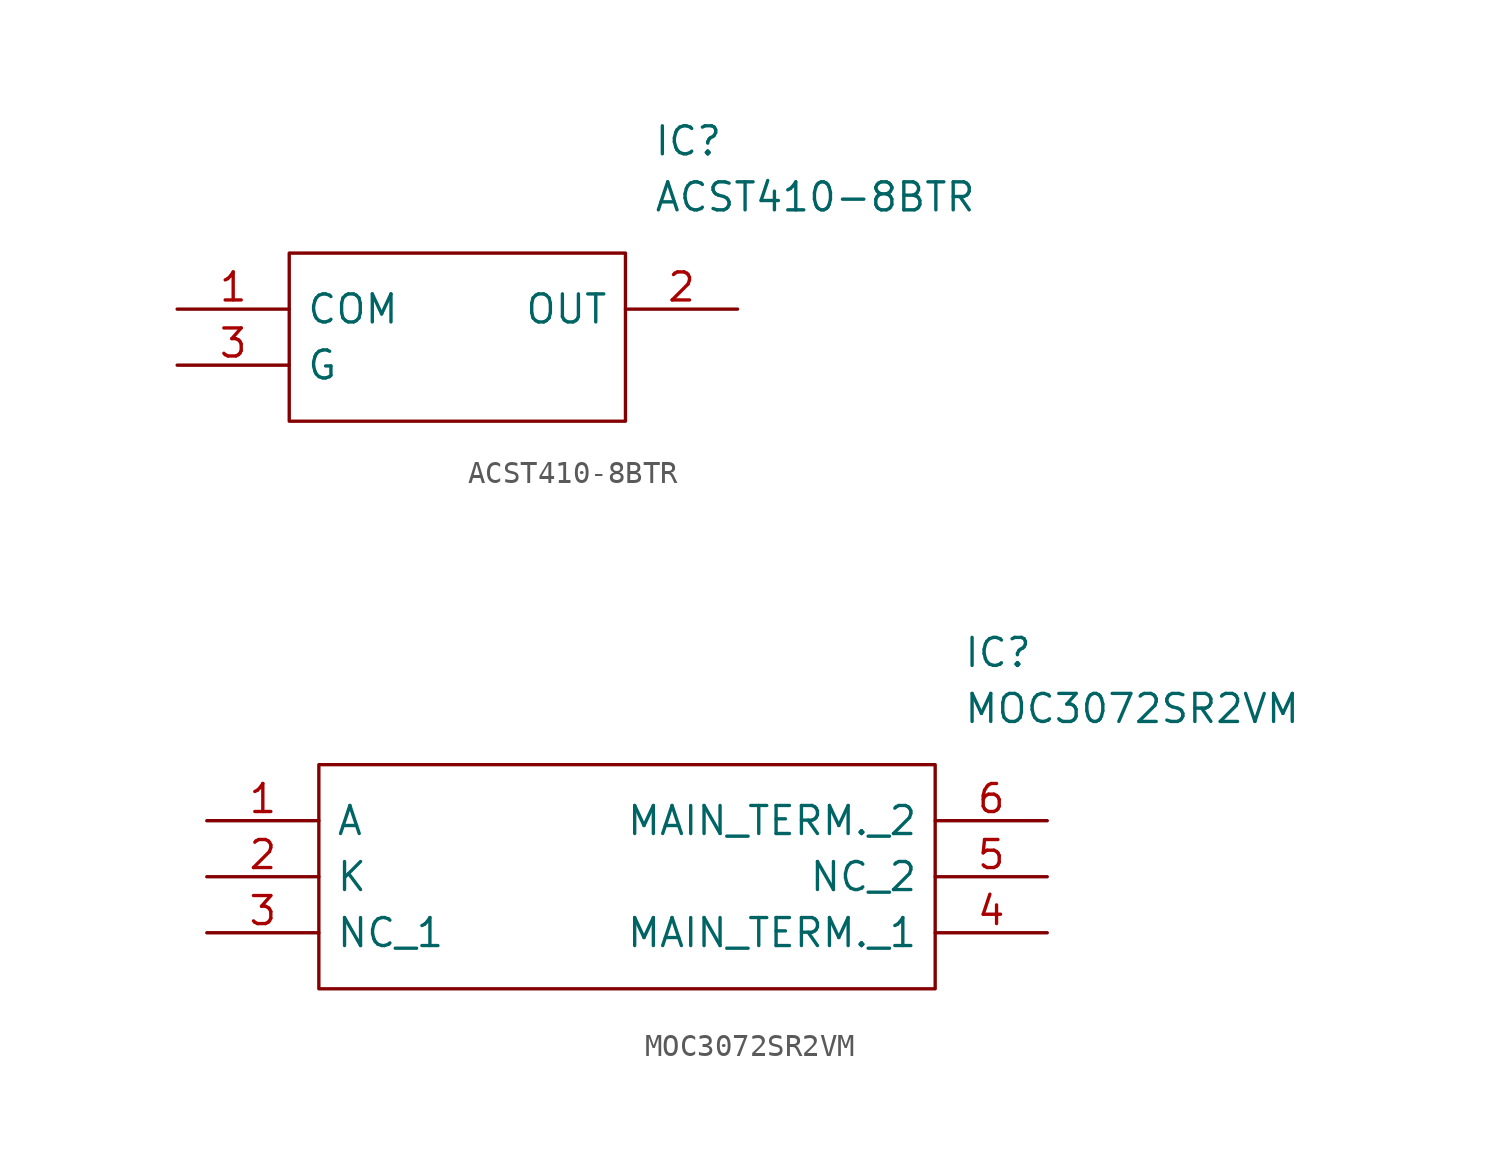
<source format=kicad_sym>
(kicad_symbol_lib
  (version 20211014)
  (generator kicad_symbol_editor)
  (symbol "ACST410-8BTR"
    (pin_names
      (offset 0.762))
    (property "Reference" "IC"
      (at 21.59 7.62 0)
      (effects (font (size 1.27 1.27)) (justify left)))
    (property "Value" "ACST410-8BTR"
      (at 21.59 5.08 0)
      (effects (font (size 1.27 1.27)) (justify left)))
    (symbol "ACST410-8BTR_0_0"
      (pin passive line (at 0 0 0) (length 5.08) (name "COM" (effects (font (size 1.27 1.27)))) (number "1" (effects (font (size 1.27 1.27)))))
      (pin passive line (at 25.4 0 180) (length 5.08) (name "OUT" (effects (font (size 1.27 1.27)))) (number "2" (effects (font (size 1.27 1.27)))))
      (pin passive line (at 0 -2.54 0) (length 5.08) (name "G" (effects (font (size 1.27 1.27)))) (number "3" (effects (font (size 1.27 1.27))))))
    (symbol "ACST410-8BTR_0_1"
      (polyline (pts (xy 5.08 2.54) (xy 20.32 2.54) (xy 20.32 -5.08) (xy 5.08 -5.08) (xy 5.08 2.54)) (stroke (width 0.152) (type default) (color 0 0 0 0)) (fill (type none)))))
  (symbol "MOC3072SR2VM"
    (pin_names
      (offset 0.762))
    (property "Reference" "IC"
      (at 34.29 7.62 0)
      (effects (font (size 1.27 1.27)) (justify left)))
    (property "Value" "MOC3072SR2VM"
      (at 34.29 5.08 0)
      (effects (font (size 1.27 1.27)) (justify left)))
    (symbol "MOC3072SR2VM_0_0"
      (pin passive line (at 0 0 0) (length 5.08) (name "A" (effects (font (size 1.27 1.27)))) (number "1" (effects (font (size 1.27 1.27)))))
      (pin passive line (at 0 -2.54 0) (length 5.08) (name "K" (effects (font (size 1.27 1.27)))) (number "2" (effects (font (size 1.27 1.27)))))
      (pin passive line (at 0 -5.08 0) (length 5.08) (name "NC_1" (effects (font (size 1.27 1.27)))) (number "3" (effects (font (size 1.27 1.27)))))
      (pin passive line (at 38.1 -5.08 180) (length 5.08) (name "MAIN_TERM._1" (effects (font (size 1.27 1.27)))) (number "4" (effects (font (size 1.27 1.27)))))
      (pin passive line (at 38.1 -2.54 180) (length 5.08) (name "NC_2" (effects (font (size 1.27 1.27)))) (number "5" (effects (font (size 1.27 1.27)))))
      (pin passive line (at 38.1 0 180) (length 5.08) (name "MAIN_TERM._2" (effects (font (size 1.27 1.27)))) (number "6" (effects (font (size 1.27 1.27))))))
    (symbol "MOC3072SR2VM_0_1"
      (polyline (pts (xy 5.08 2.54) (xy 33.02 2.54) (xy 33.02 -7.62) (xy 5.08 -7.62) (xy 5.08 2.54)) (stroke (width 0.152) (type default) (color 0 0 0 0)) (fill (type none))))))
</source>
